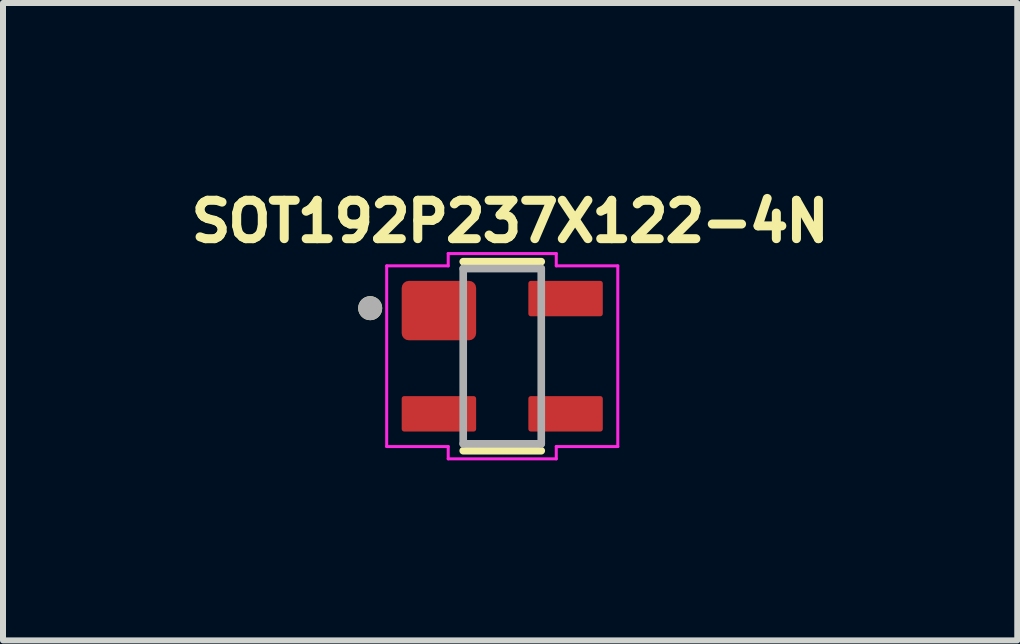
<source format=kicad_pcb>
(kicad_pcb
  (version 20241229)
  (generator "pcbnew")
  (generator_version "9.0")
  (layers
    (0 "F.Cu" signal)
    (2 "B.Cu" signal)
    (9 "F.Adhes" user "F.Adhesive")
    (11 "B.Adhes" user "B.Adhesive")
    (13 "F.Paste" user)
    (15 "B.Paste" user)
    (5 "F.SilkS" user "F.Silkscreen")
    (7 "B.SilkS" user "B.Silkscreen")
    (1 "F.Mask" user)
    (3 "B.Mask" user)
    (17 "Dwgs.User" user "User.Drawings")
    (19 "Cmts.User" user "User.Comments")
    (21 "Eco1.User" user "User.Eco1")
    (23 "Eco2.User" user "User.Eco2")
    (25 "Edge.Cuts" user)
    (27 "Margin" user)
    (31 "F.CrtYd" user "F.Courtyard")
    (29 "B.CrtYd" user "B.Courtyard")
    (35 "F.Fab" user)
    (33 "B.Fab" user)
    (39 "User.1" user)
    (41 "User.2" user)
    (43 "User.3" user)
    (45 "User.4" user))
  (footprint "SOT192P237X122-4N"
    (layer "F.Cu")
    (at 5.317 2.884)
    (property "Reference" "SOT192P237X122-4N" (at 0.132 -2.246 0) (layer "F.SilkS") (effects (font (size 0.64 0.64) (thickness 0.15))))
    (attr through_hole)
    (fp_line (start -0.65 1.575) (end 0.65 1.575) (stroke (width 0.127) (type solid)) (layer "F.SilkS"))
    (fp_line (start 0.65 -1.575) (end -0.65 -1.575) (stroke (width 0.127) (type solid)) (layer "F.SilkS"))
    (fp_circle (center -2.2 -0.8) (end -2.1 -0.8) (stroke (width 0.2) (type solid)) (fill no) (layer "F.SilkS"))
    (fp_line (start -1.925 -1.505) (end -1.925 1.505) (stroke (width 0.05) (type solid)) (layer "F.CrtYd"))
    (fp_line (start -1.925 1.505) (end -0.9 1.505) (stroke (width 0.05) (type solid)) (layer "F.CrtYd"))
    (fp_line (start -0.9 -1.71) (end -0.9 -1.505) (stroke (width 0.05) (type solid)) (layer "F.CrtYd"))
    (fp_line (start -0.9 -1.505) (end -1.925 -1.505) (stroke (width 0.05) (type solid)) (layer "F.CrtYd"))
    (fp_line (start -0.9 1.505) (end -0.9 1.71) (stroke (width 0.05) (type solid)) (layer "F.CrtYd"))
    (fp_line (start -0.9 1.71) (end 0.9 1.71) (stroke (width 0.05) (type solid)) (layer "F.CrtYd"))
    (fp_line (start 0.9 -1.71) (end -0.9 -1.71) (stroke (width 0.05) (type solid)) (layer "F.CrtYd"))
    (fp_line (start 0.9 -1.505) (end 0.9 -1.71) (stroke (width 0.05) (type solid)) (layer "F.CrtYd"))
    (fp_line (start 0.9 1.505) (end 1.925 1.505) (stroke (width 0.05) (type solid)) (layer "F.CrtYd"))
    (fp_line (start 0.9 1.71) (end 0.9 1.505) (stroke (width 0.05) (type solid)) (layer "F.CrtYd"))
    (fp_line (start 1.925 -1.505) (end 0.9 -1.505) (stroke (width 0.05) (type solid)) (layer "F.CrtYd"))
    (fp_line (start 1.925 1.505) (end 1.925 -1.505) (stroke (width 0.05) (type solid)) (layer "F.CrtYd"))
    (fp_line (start -0.65 -1.46) (end -0.65 1.46) (stroke (width 0.127) (type solid)) (layer "F.Fab"))
    (fp_line (start -0.65 1.46) (end 0.65 1.46) (stroke (width 0.127) (type solid)) (layer "F.Fab"))
    (fp_line (start 0.65 -1.46) (end -0.65 -1.46) (stroke (width 0.127) (type solid)) (layer "F.Fab"))
    (fp_line (start 0.65 1.46) (end 0.65 -1.46) (stroke (width 0.127) (type solid)) (layer "F.Fab"))
    (fp_circle (center -2.2 -0.8) (end -2.1 -0.8) (stroke (width 0.2) (type solid)) (fill no) (layer "F.Fab"))
    (pad "1" smd roundrect (at -1.055 -0.76) (size 1.24 0.99) (layers "F.Cu" "F.Mask" "F.Paste") (roundrect_rratio 0.12))
    (pad "2" smd roundrect (at -1.055 0.96) (size 1.24 0.59) (layers "F.Cu" "F.Mask" "F.Paste") (roundrect_rratio 0.07))
    (pad "3" smd roundrect (at 1.055 0.96) (size 1.24 0.59) (layers "F.Cu" "F.Mask" "F.Paste") (roundrect_rratio 0.07))
    (pad "4" smd roundrect (at 1.055 -0.96) (size 1.24 0.59) (layers "F.Cu" "F.Mask" "F.Paste") (roundrect_rratio 0.07)))
  (gr_rect
    (start -3 -3)
    (end 13.897 7.619)
    (stroke (width 0.1) (type default))
    (fill no)
    (layer "Edge.Cuts")))
</source>
